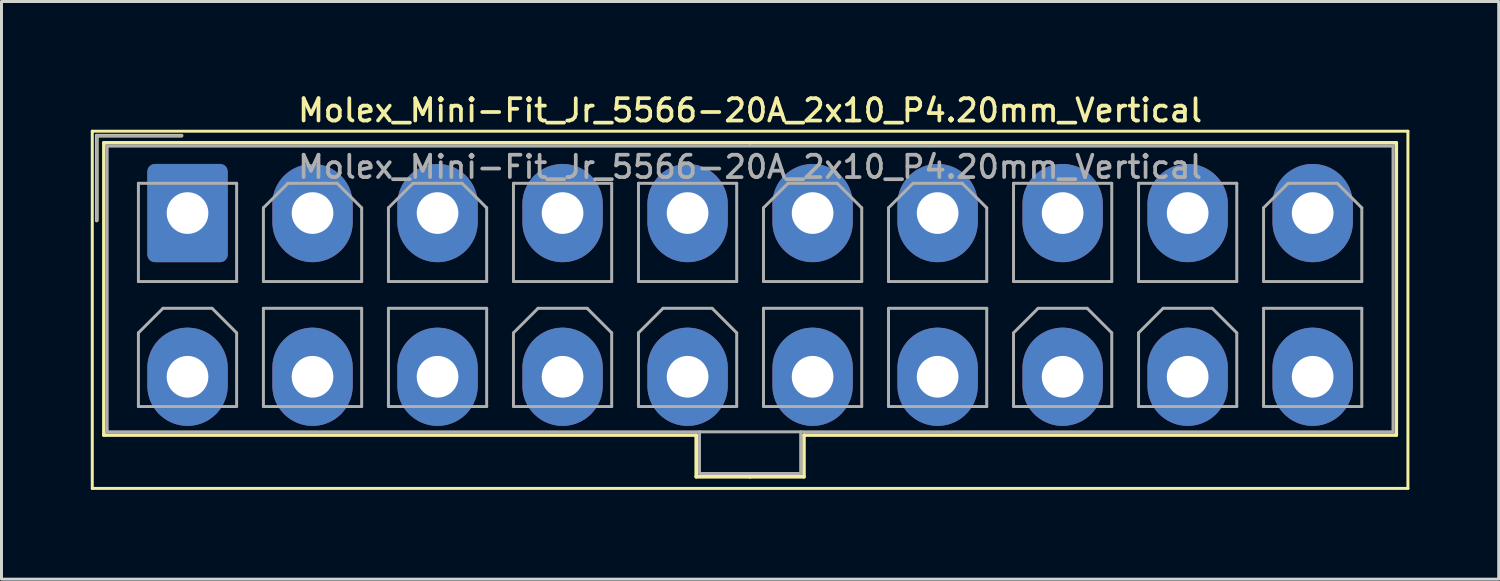
<source format=kicad_pcb>
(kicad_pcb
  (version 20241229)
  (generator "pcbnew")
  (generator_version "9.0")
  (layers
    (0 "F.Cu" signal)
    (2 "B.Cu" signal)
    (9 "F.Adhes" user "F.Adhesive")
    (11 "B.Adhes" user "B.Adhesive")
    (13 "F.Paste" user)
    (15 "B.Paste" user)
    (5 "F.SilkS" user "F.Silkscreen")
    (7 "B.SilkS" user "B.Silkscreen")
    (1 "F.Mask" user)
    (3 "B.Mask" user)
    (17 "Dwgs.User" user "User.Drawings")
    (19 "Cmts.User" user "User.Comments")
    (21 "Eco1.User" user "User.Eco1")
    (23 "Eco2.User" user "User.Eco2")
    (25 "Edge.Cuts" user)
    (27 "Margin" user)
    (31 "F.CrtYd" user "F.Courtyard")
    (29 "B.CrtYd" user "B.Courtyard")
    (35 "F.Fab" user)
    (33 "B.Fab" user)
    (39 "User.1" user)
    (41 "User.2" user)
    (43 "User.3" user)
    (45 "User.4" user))
  (footprint "Molex_Mini-Fit_Jr_5566-20A_2x10_P4.20mm_Vertical"
    (layer "F.Cu")
    (at 3.25 4.108)
    (property "Reference" "Molex_Mini-Fit_Jr_5566-20A_2x10_P4.20mm_Vertical" (at 18.9 -3.45 0) (layer "F.SilkS") (effects (font (size 0.75 0.75) (thickness 0.125))))
    (attr through_hole)
    (fp_line (start -3.2 -2.75) (end -3.2 9.25) (stroke (width 0.1) (type solid)) (layer "F.SilkS"))
    (fp_line (start -3.2 9.25) (end 41 9.25) (stroke (width 0.1) (type solid)) (layer "F.SilkS"))
    (fp_line (start -3.05 -2.6) (end -3.05 0.25) (stroke (width 0.12) (type solid)) (layer "F.SilkS"))
    (fp_line (start -2.81 -2.36) (end -2.81 7.46) (stroke (width 0.12) (type solid)) (layer "F.SilkS"))
    (fp_line (start -2.81 7.46) (end 17.09 7.46) (stroke (width 0.12) (type solid)) (layer "F.SilkS"))
    (fp_line (start -0.2 -2.6) (end -3.05 -2.6) (stroke (width 0.12) (type solid)) (layer "F.SilkS"))
    (fp_line (start 17.09 7.46) (end 17.09 8.86) (stroke (width 0.12) (type solid)) (layer "F.SilkS"))
    (fp_line (start 17.09 8.86) (end 18.9 8.86) (stroke (width 0.12) (type solid)) (layer "F.SilkS"))
    (fp_line (start 18.9 -2.36) (end -2.81 -2.36) (stroke (width 0.12) (type solid)) (layer "F.SilkS"))
    (fp_line (start 18.9 -2.36) (end 40.61 -2.36) (stroke (width 0.12) (type solid)) (layer "F.SilkS"))
    (fp_line (start 20.71 7.46) (end 20.71 8.86) (stroke (width 0.12) (type solid)) (layer "F.SilkS"))
    (fp_line (start 20.71 8.86) (end 18.9 8.86) (stroke (width 0.12) (type solid)) (layer "F.SilkS"))
    (fp_line (start 40.61 -2.36) (end 40.61 7.46) (stroke (width 0.12) (type solid)) (layer "F.SilkS"))
    (fp_line (start 40.61 7.46) (end 20.71 7.46) (stroke (width 0.12) (type solid)) (layer "F.SilkS"))
    (fp_line (start 41 -2.75) (end -3.2 -2.75) (stroke (width 0.1) (type solid)) (layer "F.SilkS"))
    (fp_line (start 41 9.25) (end 41 -2.75) (stroke (width 0.1) (type solid)) (layer "F.SilkS"))
    (fp_line (start -3.05 -2.6) (end -3.05 0.25) (stroke (width 0.1) (type solid)) (layer "F.Fab"))
    (fp_line (start -2.7 -2.25) (end -2.7 7.35) (stroke (width 0.1) (type solid)) (layer "F.Fab"))
    (fp_line (start -2.7 7.35) (end 40.5 7.35) (stroke (width 0.1) (type solid)) (layer "F.Fab"))
    (fp_line (start -1.65 -1) (end -1.65 2.3) (stroke (width 0.1) (type solid)) (layer "F.Fab"))
    (fp_line (start -1.65 2.3) (end 1.65 2.3) (stroke (width 0.1) (type solid)) (layer "F.Fab"))
    (fp_line (start -1.65 4.025) (end -0.825 3.2) (stroke (width 0.1) (type solid)) (layer "F.Fab"))
    (fp_line (start -1.65 6.5) (end -1.65 4.025) (stroke (width 0.1) (type solid)) (layer "F.Fab"))
    (fp_line (start -0.825 3.2) (end 0.825 3.2) (stroke (width 0.1) (type solid)) (layer "F.Fab"))
    (fp_line (start -0.2 -2.6) (end -3.05 -2.6) (stroke (width 0.1) (type solid)) (layer "F.Fab"))
    (fp_line (start 0.825 3.2) (end 1.65 4.025) (stroke (width 0.1) (type solid)) (layer "F.Fab"))
    (fp_line (start 1.65 -1) (end -1.65 -1) (stroke (width 0.1) (type solid)) (layer "F.Fab"))
    (fp_line (start 1.65 2.3) (end 1.65 -1) (stroke (width 0.1) (type solid)) (layer "F.Fab"))
    (fp_line (start 1.65 4.025) (end 1.65 6.5) (stroke (width 0.1) (type solid)) (layer "F.Fab"))
    (fp_line (start 1.65 6.5) (end -1.65 6.5) (stroke (width 0.1) (type solid)) (layer "F.Fab"))
    (fp_line (start 2.55 -0.175) (end 3.375 -1) (stroke (width 0.1) (type solid)) (layer "F.Fab"))
    (fp_line (start 2.55 2.3) (end 2.55 -0.175) (stroke (width 0.1) (type solid)) (layer "F.Fab"))
    (fp_line (start 2.55 3.2) (end 2.55 6.5) (stroke (width 0.1) (type solid)) (layer "F.Fab"))
    (fp_line (start 2.55 6.5) (end 5.85 6.5) (stroke (width 0.1) (type solid)) (layer "F.Fab"))
    (fp_line (start 3.375 -1) (end 5.025 -1) (stroke (width 0.1) (type solid)) (layer "F.Fab"))
    (fp_line (start 5.025 -1) (end 5.85 -0.175) (stroke (width 0.1) (type solid)) (layer "F.Fab"))
    (fp_line (start 5.85 -0.175) (end 5.85 2.3) (stroke (width 0.1) (type solid)) (layer "F.Fab"))
    (fp_line (start 5.85 2.3) (end 2.55 2.3) (stroke (width 0.1) (type solid)) (layer "F.Fab"))
    (fp_line (start 5.85 3.2) (end 2.55 3.2) (stroke (width 0.1) (type solid)) (layer "F.Fab"))
    (fp_line (start 5.85 6.5) (end 5.85 3.2) (stroke (width 0.1) (type solid)) (layer "F.Fab"))
    (fp_line (start 6.75 -0.175) (end 7.575 -1) (stroke (width 0.1) (type solid)) (layer "F.Fab"))
    (fp_line (start 6.75 2.3) (end 6.75 -0.175) (stroke (width 0.1) (type solid)) (layer "F.Fab"))
    (fp_line (start 6.75 3.2) (end 6.75 6.5) (stroke (width 0.1) (type solid)) (layer "F.Fab"))
    (fp_line (start 6.75 6.5) (end 10.05 6.5) (stroke (width 0.1) (type solid)) (layer "F.Fab"))
    (fp_line (start 7.575 -1) (end 9.225 -1) (stroke (width 0.1) (type solid)) (layer "F.Fab"))
    (fp_line (start 9.225 -1) (end 10.05 -0.175) (stroke (width 0.1) (type solid)) (layer "F.Fab"))
    (fp_line (start 10.05 -0.175) (end 10.05 2.3) (stroke (width 0.1) (type solid)) (layer "F.Fab"))
    (fp_line (start 10.05 2.3) (end 6.75 2.3) (stroke (width 0.1) (type solid)) (layer "F.Fab"))
    (fp_line (start 10.05 3.2) (end 6.75 3.2) (stroke (width 0.1) (type solid)) (layer "F.Fab"))
    (fp_line (start 10.05 6.5) (end 10.05 3.2) (stroke (width 0.1) (type solid)) (layer "F.Fab"))
    (fp_line (start 10.95 -1) (end 10.95 2.3) (stroke (width 0.1) (type solid)) (layer "F.Fab"))
    (fp_line (start 10.95 2.3) (end 14.25 2.3) (stroke (width 0.1) (type solid)) (layer "F.Fab"))
    (fp_line (start 10.95 4.025) (end 11.775 3.2) (stroke (width 0.1) (type solid)) (layer "F.Fab"))
    (fp_line (start 10.95 6.5) (end 10.95 4.025) (stroke (width 0.1) (type solid)) (layer "F.Fab"))
    (fp_line (start 11.775 3.2) (end 13.425 3.2) (stroke (width 0.1) (type solid)) (layer "F.Fab"))
    (fp_line (start 13.425 3.2) (end 14.25 4.025) (stroke (width 0.1) (type solid)) (layer "F.Fab"))
    (fp_line (start 14.25 -1) (end 10.95 -1) (stroke (width 0.1) (type solid)) (layer "F.Fab"))
    (fp_line (start 14.25 2.3) (end 14.25 -1) (stroke (width 0.1) (type solid)) (layer "F.Fab"))
    (fp_line (start 14.25 4.025) (end 14.25 6.5) (stroke (width 0.1) (type solid)) (layer "F.Fab"))
    (fp_line (start 14.25 6.5) (end 10.95 6.5) (stroke (width 0.1) (type solid)) (layer "F.Fab"))
    (fp_line (start 15.15 -1) (end 15.15 2.3) (stroke (width 0.1) (type solid)) (layer "F.Fab"))
    (fp_line (start 15.15 2.3) (end 18.45 2.3) (stroke (width 0.1) (type solid)) (layer "F.Fab"))
    (fp_line (start 15.15 4.025) (end 15.975 3.2) (stroke (width 0.1) (type solid)) (layer "F.Fab"))
    (fp_line (start 15.15 6.5) (end 15.15 4.025) (stroke (width 0.1) (type solid)) (layer "F.Fab"))
    (fp_line (start 15.975 3.2) (end 17.625 3.2) (stroke (width 0.1) (type solid)) (layer "F.Fab"))
    (fp_line (start 17.2 7.35) (end 17.2 8.75) (stroke (width 0.1) (type solid)) (layer "F.Fab"))
    (fp_line (start 17.2 8.75) (end 20.6 8.75) (stroke (width 0.1) (type solid)) (layer "F.Fab"))
    (fp_line (start 17.625 3.2) (end 18.45 4.025) (stroke (width 0.1) (type solid)) (layer "F.Fab"))
    (fp_line (start 18.45 -1) (end 15.15 -1) (stroke (width 0.1) (type solid)) (layer "F.Fab"))
    (fp_line (start 18.45 2.3) (end 18.45 -1) (stroke (width 0.1) (type solid)) (layer "F.Fab"))
    (fp_line (start 18.45 4.025) (end 18.45 6.5) (stroke (width 0.1) (type solid)) (layer "F.Fab"))
    (fp_line (start 18.45 6.5) (end 15.15 6.5) (stroke (width 0.1) (type solid)) (layer "F.Fab"))
    (fp_line (start 19.35 -0.175) (end 20.175 -1) (stroke (width 0.1) (type solid)) (layer "F.Fab"))
    (fp_line (start 19.35 2.3) (end 19.35 -0.175) (stroke (width 0.1) (type solid)) (layer "F.Fab"))
    (fp_line (start 19.35 3.2) (end 19.35 6.5) (stroke (width 0.1) (type solid)) (layer "F.Fab"))
    (fp_line (start 19.35 6.5) (end 22.65 6.5) (stroke (width 0.1) (type solid)) (layer "F.Fab"))
    (fp_line (start 20.175 -1) (end 21.825 -1) (stroke (width 0.1) (type solid)) (layer "F.Fab"))
    (fp_line (start 20.6 8.75) (end 20.6 7.35) (stroke (width 0.1) (type solid)) (layer "F.Fab"))
    (fp_line (start 21.825 -1) (end 22.65 -0.175) (stroke (width 0.1) (type solid)) (layer "F.Fab"))
    (fp_line (start 22.65 -0.175) (end 22.65 2.3) (stroke (width 0.1) (type solid)) (layer "F.Fab"))
    (fp_line (start 22.65 2.3) (end 19.35 2.3) (stroke (width 0.1) (type solid)) (layer "F.Fab"))
    (fp_line (start 22.65 3.2) (end 19.35 3.2) (stroke (width 0.1) (type solid)) (layer "F.Fab"))
    (fp_line (start 22.65 6.5) (end 22.65 3.2) (stroke (width 0.1) (type solid)) (layer "F.Fab"))
    (fp_line (start 23.55 -0.175) (end 24.375 -1) (stroke (width 0.1) (type solid)) (layer "F.Fab"))
    (fp_line (start 23.55 2.3) (end 23.55 -0.175) (stroke (width 0.1) (type solid)) (layer "F.Fab"))
    (fp_line (start 23.55 3.2) (end 23.55 6.5) (stroke (width 0.1) (type solid)) (layer "F.Fab"))
    (fp_line (start 23.55 6.5) (end 26.85 6.5) (stroke (width 0.1) (type solid)) (layer "F.Fab"))
    (fp_line (start 24.375 -1) (end 26.025 -1) (stroke (width 0.1) (type solid)) (layer "F.Fab"))
    (fp_line (start 26.025 -1) (end 26.85 -0.175) (stroke (width 0.1) (type solid)) (layer "F.Fab"))
    (fp_line (start 26.85 -0.175) (end 26.85 2.3) (stroke (width 0.1) (type solid)) (layer "F.Fab"))
    (fp_line (start 26.85 2.3) (end 23.55 2.3) (stroke (width 0.1) (type solid)) (layer "F.Fab"))
    (fp_line (start 26.85 3.2) (end 23.55 3.2) (stroke (width 0.1) (type solid)) (layer "F.Fab"))
    (fp_line (start 26.85 6.5) (end 26.85 3.2) (stroke (width 0.1) (type solid)) (layer "F.Fab"))
    (fp_line (start 27.75 -1) (end 27.75 2.3) (stroke (width 0.1) (type solid)) (layer "F.Fab"))
    (fp_line (start 27.75 2.3) (end 31.05 2.3) (stroke (width 0.1) (type solid)) (layer "F.Fab"))
    (fp_line (start 27.75 4.025) (end 28.575 3.2) (stroke (width 0.1) (type solid)) (layer "F.Fab"))
    (fp_line (start 27.75 6.5) (end 27.75 4.025) (stroke (width 0.1) (type solid)) (layer "F.Fab"))
    (fp_line (start 28.575 3.2) (end 30.225 3.2) (stroke (width 0.1) (type solid)) (layer "F.Fab"))
    (fp_line (start 30.225 3.2) (end 31.05 4.025) (stroke (width 0.1) (type solid)) (layer "F.Fab"))
    (fp_line (start 31.05 -1) (end 27.75 -1) (stroke (width 0.1) (type solid)) (layer "F.Fab"))
    (fp_line (start 31.05 2.3) (end 31.05 -1) (stroke (width 0.1) (type solid)) (layer "F.Fab"))
    (fp_line (start 31.05 4.025) (end 31.05 6.5) (stroke (width 0.1) (type solid)) (layer "F.Fab"))
    (fp_line (start 31.05 6.5) (end 27.75 6.5) (stroke (width 0.1) (type solid)) (layer "F.Fab"))
    (fp_line (start 31.95 -1) (end 31.95 2.3) (stroke (width 0.1) (type solid)) (layer "F.Fab"))
    (fp_line (start 31.95 2.3) (end 35.25 2.3) (stroke (width 0.1) (type solid)) (layer "F.Fab"))
    (fp_line (start 31.95 4.025) (end 32.775 3.2) (stroke (width 0.1) (type solid)) (layer "F.Fab"))
    (fp_line (start 31.95 6.5) (end 31.95 4.025) (stroke (width 0.1) (type solid)) (layer "F.Fab"))
    (fp_line (start 32.775 3.2) (end 34.425 3.2) (stroke (width 0.1) (type solid)) (layer "F.Fab"))
    (fp_line (start 34.425 3.2) (end 35.25 4.025) (stroke (width 0.1) (type solid)) (layer "F.Fab"))
    (fp_line (start 35.25 -1) (end 31.95 -1) (stroke (width 0.1) (type solid)) (layer "F.Fab"))
    (fp_line (start 35.25 2.3) (end 35.25 -1) (stroke (width 0.1) (type solid)) (layer "F.Fab"))
    (fp_line (start 35.25 4.025) (end 35.25 6.5) (stroke (width 0.1) (type solid)) (layer "F.Fab"))
    (fp_line (start 35.25 6.5) (end 31.95 6.5) (stroke (width 0.1) (type solid)) (layer "F.Fab"))
    (fp_line (start 36.15 -0.175) (end 36.975 -1) (stroke (width 0.1) (type solid)) (layer "F.Fab"))
    (fp_line (start 36.15 2.3) (end 36.15 -0.175) (stroke (width 0.1) (type solid)) (layer "F.Fab"))
    (fp_line (start 36.15 3.2) (end 36.15 6.5) (stroke (width 0.1) (type solid)) (layer "F.Fab"))
    (fp_line (start 36.15 6.5) (end 39.45 6.5) (stroke (width 0.1) (type solid)) (layer "F.Fab"))
    (fp_line (start 36.975 -1) (end 38.625 -1) (stroke (width 0.1) (type solid)) (layer "F.Fab"))
    (fp_line (start 38.625 -1) (end 39.45 -0.175) (stroke (width 0.1) (type solid)) (layer "F.Fab"))
    (fp_line (start 39.45 -0.175) (end 39.45 2.3) (stroke (width 0.1) (type solid)) (layer "F.Fab"))
    (fp_line (start 39.45 2.3) (end 36.15 2.3) (stroke (width 0.1) (type solid)) (layer "F.Fab"))
    (fp_line (start 39.45 3.2) (end 36.15 3.2) (stroke (width 0.1) (type solid)) (layer "F.Fab"))
    (fp_line (start 39.45 6.5) (end 39.45 3.2) (stroke (width 0.1) (type solid)) (layer "F.Fab"))
    (fp_line (start 40.5 -2.25) (end -2.7 -2.25) (stroke (width 0.1) (type solid)) (layer "F.Fab"))
    (fp_line (start 40.5 7.35) (end 40.5 -2.25) (stroke (width 0.1) (type solid)) (layer "F.Fab"))
    (fp_text user "${REFERENCE}" (at 18.9 -1.55 0) (layer "F.Fab") (effects (font (size 0.75 0.75) (thickness 0.125))))
    (pad "1" thru_hole roundrect (at 0 0) (size 2.7 3.3) (drill 1.4) (layers "*.Cu" "*.Mask") (roundrect_rratio 0.093))
    (pad "2" thru_hole oval (at 4.2 0) (size 2.7 3.3) (drill 1.4) (layers "*.Cu" "*.Mask"))
    (pad "3" thru_hole oval (at 8.4 0) (size 2.7 3.3) (drill 1.4) (layers "*.Cu" "*.Mask"))
    (pad "4" thru_hole oval (at 12.6 0) (size 2.7 3.3) (drill 1.4) (layers "*.Cu" "*.Mask"))
    (pad "5" thru_hole oval (at 16.8 0) (size 2.7 3.3) (drill 1.4) (layers "*.Cu" "*.Mask"))
    (pad "6" thru_hole oval (at 21 0) (size 2.7 3.3) (drill 1.4) (layers "*.Cu" "*.Mask"))
    (pad "7" thru_hole oval (at 25.2 0) (size 2.7 3.3) (drill 1.4) (layers "*.Cu" "*.Mask"))
    (pad "8" thru_hole oval (at 29.4 0) (size 2.7 3.3) (drill 1.4) (layers "*.Cu" "*.Mask"))
    (pad "9" thru_hole oval (at 33.6 0) (size 2.7 3.3) (drill 1.4) (layers "*.Cu" "*.Mask"))
    (pad "10" thru_hole oval (at 37.8 0) (size 2.7 3.3) (drill 1.4) (layers "*.Cu" "*.Mask"))
    (pad "11" thru_hole oval (at 0 5.5) (size 2.7 3.3) (drill 1.4) (layers "*.Cu" "*.Mask"))
    (pad "12" thru_hole oval (at 4.2 5.5) (size 2.7 3.3) (drill 1.4) (layers "*.Cu" "*.Mask"))
    (pad "13" thru_hole oval (at 8.4 5.5) (size 2.7 3.3) (drill 1.4) (layers "*.Cu" "*.Mask"))
    (pad "14" thru_hole oval (at 12.6 5.5) (size 2.7 3.3) (drill 1.4) (layers "*.Cu" "*.Mask"))
    (pad "15" thru_hole oval (at 16.8 5.5) (size 2.7 3.3) (drill 1.4) (layers "*.Cu" "*.Mask"))
    (pad "16" thru_hole oval (at 21 5.5) (size 2.7 3.3) (drill 1.4) (layers "*.Cu" "*.Mask"))
    (pad "17" thru_hole oval (at 25.2 5.5) (size 2.7 3.3) (drill 1.4) (layers "*.Cu" "*.Mask"))
    (pad "18" thru_hole oval (at 29.4 5.5) (size 2.7 3.3) (drill 1.4) (layers "*.Cu" "*.Mask"))
    (pad "19" thru_hole oval (at 33.6 5.5) (size 2.7 3.3) (drill 1.4) (layers "*.Cu" "*.Mask"))
    (pad "20" thru_hole oval (at 37.8 5.5) (size 2.7 3.3) (drill 1.4) (layers "*.Cu" "*.Mask")))
  (gr_rect
    (start -3 -3)
    (end 47.3 16.408)
    (stroke (width 0.1) (type default))
    (fill no)
    (layer "Edge.Cuts")))
</source>
